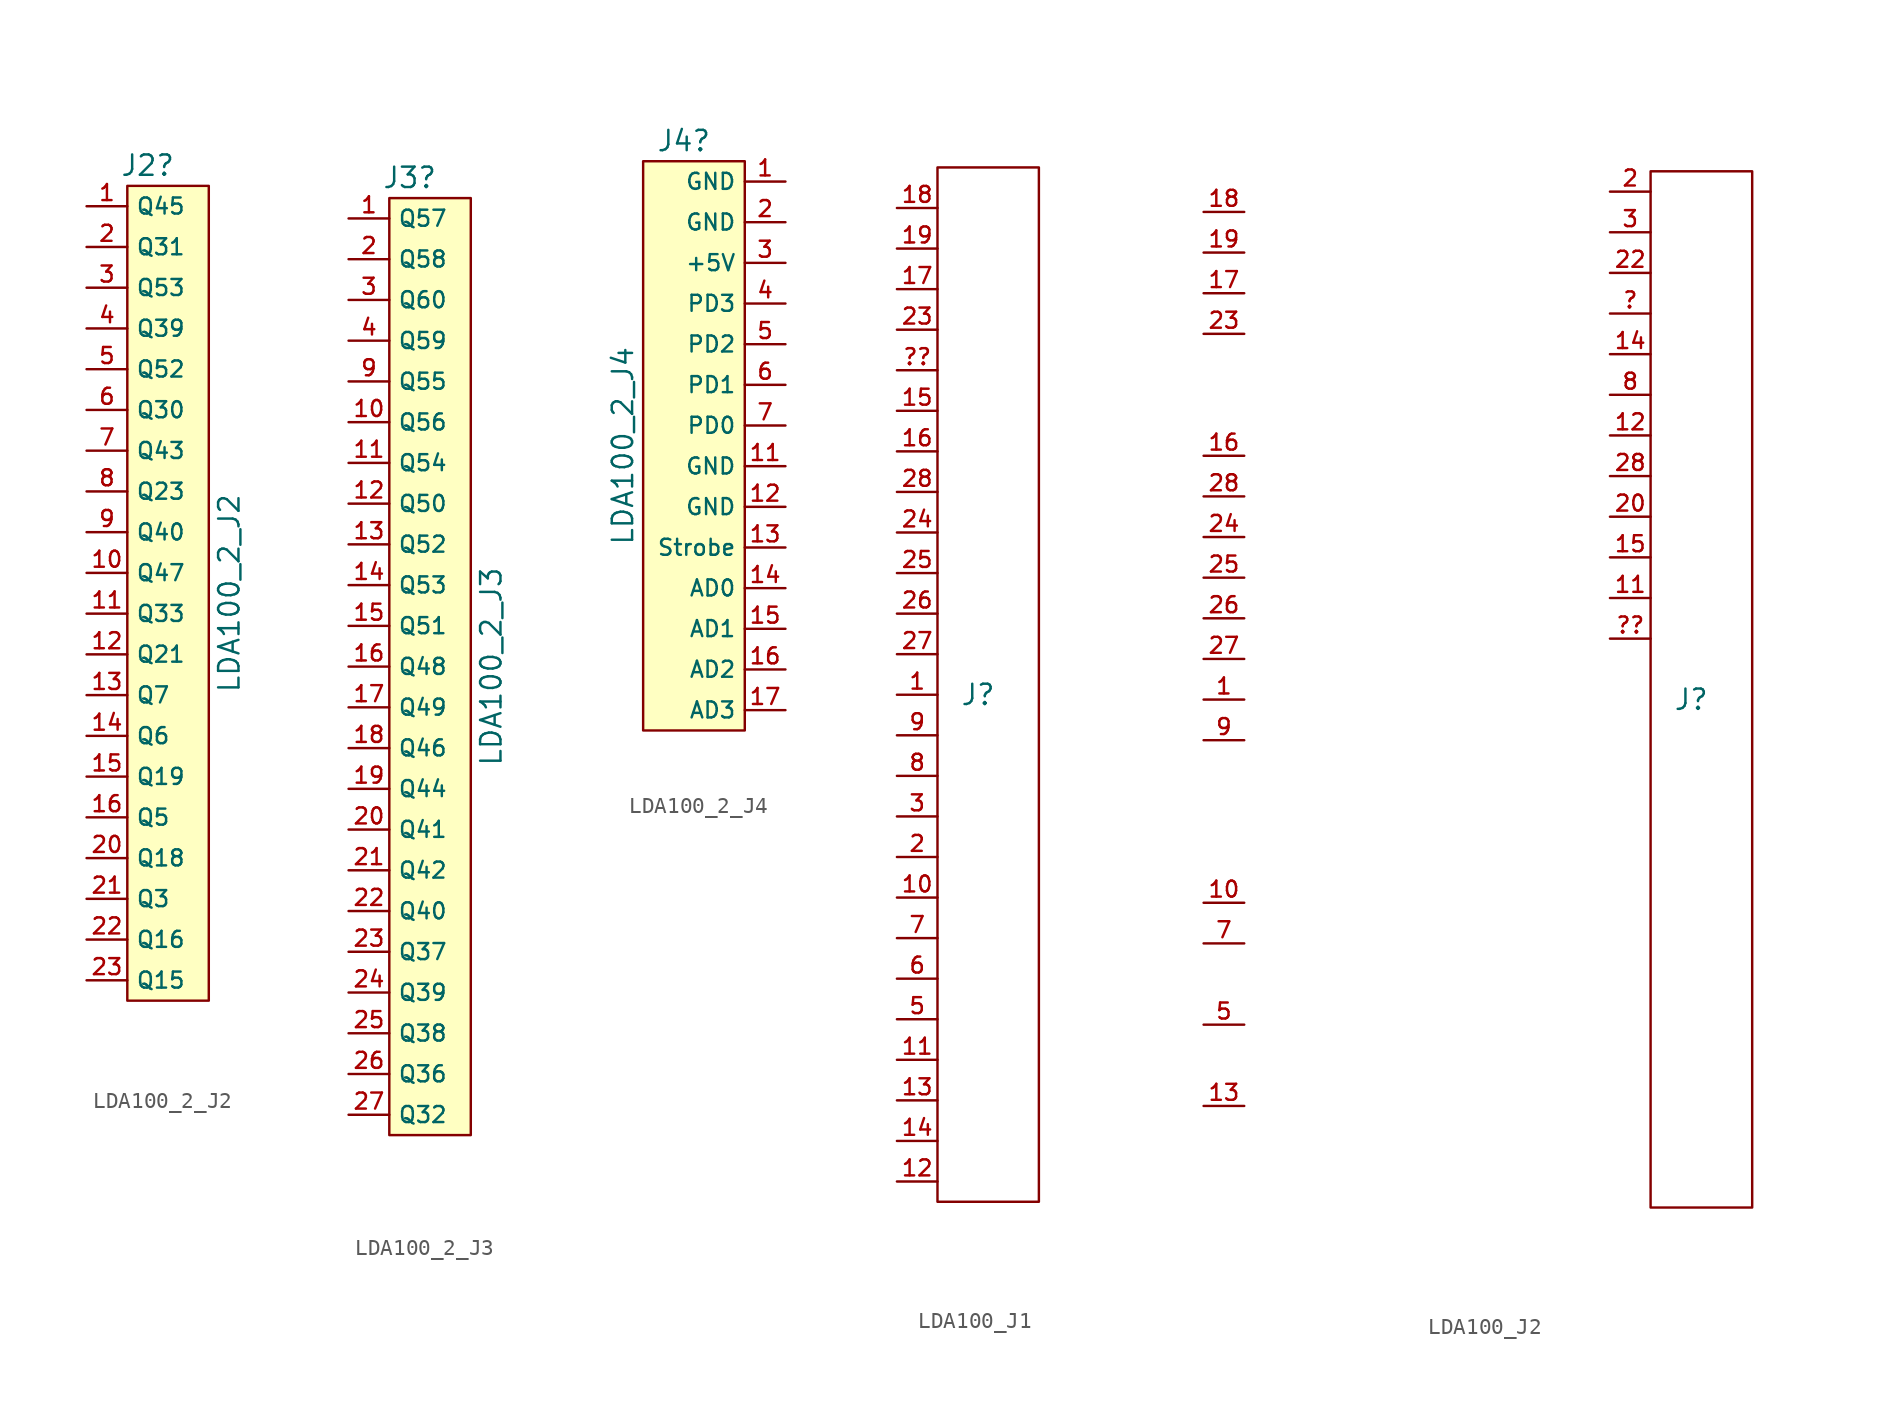
<source format=kicad_sym>
(kicad_symbol_lib
  (version 20241209)
  (generator "kicad_symbol_editor")
  (generator_version "9.0")
  (symbol "LDA100_2_J2"
    (property "Reference" "J2"
      (at -2.54 25.4 0)
      (effects (font (size 1.27 1.27))))
    (property "Value" "LDA100_2_J2"
      (at 2.54 -1.27 90)
      (effects (font (size 1.27 1.27))))
    (symbol "LDA100_2_J2_1_1"
      (rectangle (start -3.81 24.13) (end 1.27 -26.67) (stroke (width 0) (type default)) (fill (type background)))
      (pin bidirectional line (at -6.35 22.86 0) (length 2.54) (name "Q45" (effects (font (size 1 1)))) (number "1" (effects (font (size 1 1)))))
      (pin bidirectional line (at -6.35 20.32 0) (length 2.54) (name "Q31" (effects (font (size 1 1)))) (number "2" (effects (font (size 1 1)))))
      (pin bidirectional line (at -6.35 17.78 0) (length 2.54) (name "Q53" (effects (font (size 1 1)))) (number "3" (effects (font (size 1 1)))))
      (pin bidirectional line (at -6.35 15.24 0) (length 2.54) (name "Q39" (effects (font (size 1 1)))) (number "4" (effects (font (size 1 1)))))
      (pin bidirectional line (at -6.35 12.7 0) (length 2.54) (name "Q52" (effects (font (size 1 1)))) (number "5" (effects (font (size 1 1)))))
      (pin bidirectional line (at -6.35 10.16 0) (length 2.54) (name "Q30" (effects (font (size 1 1)))) (number "6" (effects (font (size 1 1)))))
      (pin bidirectional line (at -6.35 7.62 0) (length 2.54) (name "Q43" (effects (font (size 1 1)))) (number "7" (effects (font (size 1 1)))))
      (pin bidirectional line (at -6.35 5.08 0) (length 2.54) (name "Q23" (effects (font (size 1 1)))) (number "8" (effects (font (size 1 1)))))
      (pin bidirectional line (at -6.35 2.54 0) (length 2.54) (name "Q40" (effects (font (size 1 1)))) (number "9" (effects (font (size 1 1)))))
      (pin bidirectional line (at -6.35 0 0) (length 2.54) (name "Q47" (effects (font (size 1 1)))) (number "10" (effects (font (size 1 1)))))
      (pin bidirectional line (at -6.35 -2.54 0) (length 2.54) (name "Q33" (effects (font (size 1 1)))) (number "11" (effects (font (size 1 1)))))
      (pin bidirectional line (at -6.35 -5.08 0) (length 2.54) (name "Q21" (effects (font (size 1 1)))) (number "12" (effects (font (size 1 1)))))
      (pin bidirectional line (at -6.35 -7.62 0) (length 2.54) (name "Q7" (effects (font (size 1 1)))) (number "13" (effects (font (size 1 1)))))
      (pin bidirectional line (at -6.35 -10.16 0) (length 2.54) (name "Q6" (effects (font (size 1 1)))) (number "14" (effects (font (size 1 1)))))
      (pin bidirectional line (at -6.35 -12.7 0) (length 2.54) (name "Q19" (effects (font (size 1 1)))) (number "15" (effects (font (size 1 1)))))
      (pin bidirectional line (at -6.35 -15.24 0) (length 2.54) (name "Q5" (effects (font (size 1 1)))) (number "16" (effects (font (size 1 1)))))
      (pin bidirectional line (at -6.35 -17.78 0) (length 2.54) (name "Q18" (effects (font (size 1 1)))) (number "20" (effects (font (size 1 1)))))
      (pin bidirectional line (at -6.35 -20.32 0) (length 2.54) (name "Q3" (effects (font (size 1 1)))) (number "21" (effects (font (size 1 1)))))
      (pin bidirectional line (at -6.35 -22.86 0) (length 2.54) (name "Q16" (effects (font (size 1 1)))) (number "22" (effects (font (size 1 1)))))
      (pin bidirectional line (at -6.35 -25.4 0) (length 2.54) (name "Q15" (effects (font (size 1 1)))) (number "23" (effects (font (size 1 1)))))))
  (symbol "LDA100_2_J3"
    (property "Reference" "J3"
      (at -2.54 20.32 0)
      (effects (font (size 1.27 1.27))))
    (property "Value" "LDA100_2_J3"
      (at 2.54 -10.16 90)
      (effects (font (size 1.27 1.27))))
    (symbol "LDA100_2_J3_1_1"
      (rectangle (start -3.81 19.05) (end 1.27 -39.37) (stroke (width 0) (type default)) (fill (type background)))
      (pin bidirectional line (at -6.35 17.78 0) (length 2.54) (name "Q57" (effects (font (size 1 1)))) (number "1" (effects (font (size 1 1)))))
      (pin bidirectional line (at -6.35 15.24 0) (length 2.54) (name "Q58" (effects (font (size 1 1)))) (number "2" (effects (font (size 1 1)))))
      (pin bidirectional line (at -6.35 12.7 0) (length 2.54) (name "Q60" (effects (font (size 1 1)))) (number "3" (effects (font (size 1 1)))))
      (pin bidirectional line (at -6.35 10.16 0) (length 2.54) (name "Q59" (effects (font (size 1 1)))) (number "4" (effects (font (size 1 1)))))
      (pin bidirectional line (at -6.35 7.62 0) (length 2.54) (name "Q55" (effects (font (size 1 1)))) (number "9" (effects (font (size 1 1)))))
      (pin bidirectional line (at -6.35 5.08 0) (length 2.54) (name "Q56" (effects (font (size 1 1)))) (number "10" (effects (font (size 1 1)))))
      (pin bidirectional line (at -6.35 2.54 0) (length 2.54) (name "Q54" (effects (font (size 1 1)))) (number "11" (effects (font (size 1 1)))))
      (pin bidirectional line (at -6.35 0 0) (length 2.54) (name "Q50" (effects (font (size 1 1)))) (number "12" (effects (font (size 1 1)))))
      (pin bidirectional line (at -6.35 -2.54 0) (length 2.54) (name "Q52" (effects (font (size 1 1)))) (number "13" (effects (font (size 1 1)))))
      (pin bidirectional line (at -6.35 -5.08 0) (length 2.54) (name "Q53" (effects (font (size 1 1)))) (number "14" (effects (font (size 1 1)))))
      (pin bidirectional line (at -6.35 -7.62 0) (length 2.54) (name "Q51" (effects (font (size 1 1)))) (number "15" (effects (font (size 1 1)))))
      (pin bidirectional line (at -6.35 -10.16 0) (length 2.54) (name "Q48" (effects (font (size 1 1)))) (number "16" (effects (font (size 1 1)))))
      (pin bidirectional line (at -6.35 -12.7 0) (length 2.54) (name "Q49" (effects (font (size 1 1)))) (number "17" (effects (font (size 1 1)))))
      (pin bidirectional line (at -6.35 -15.24 0) (length 2.54) (name "Q46" (effects (font (size 1 1)))) (number "18" (effects (font (size 1 1)))))
      (pin bidirectional line (at -6.35 -17.78 0) (length 2.54) (name "Q44" (effects (font (size 1 1)))) (number "19" (effects (font (size 1 1)))))
      (pin bidirectional line (at -6.35 -20.32 0) (length 2.54) (name "Q41" (effects (font (size 1 1)))) (number "20" (effects (font (size 1 1)))))
      (pin bidirectional line (at -6.35 -22.86 0) (length 2.54) (name "Q42" (effects (font (size 1 1)))) (number "21" (effects (font (size 1 1)))))
      (pin bidirectional line (at -6.35 -25.4 0) (length 2.54) (name "Q40" (effects (font (size 1 1)))) (number "22" (effects (font (size 1 1)))))
      (pin bidirectional line (at -6.35 -27.94 0) (length 2.54) (name "Q37" (effects (font (size 1 1)))) (number "23" (effects (font (size 1 1)))))
      (pin bidirectional line (at -6.35 -30.48 0) (length 2.54) (name "Q39" (effects (font (size 1 1)))) (number "24" (effects (font (size 1 1)))))
      (pin bidirectional line (at -6.35 -33.02 0) (length 2.54) (name "Q38" (effects (font (size 1 1)))) (number "25" (effects (font (size 1 1)))))
      (pin bidirectional line (at -6.35 -35.56 0) (length 2.54) (name "Q36" (effects (font (size 1 1)))) (number "26" (effects (font (size 1 1)))))
      (pin bidirectional line (at -6.35 -38.1 0) (length 2.54) (name "Q32" (effects (font (size 1 1)))) (number "27" (effects (font (size 1 1)))))))
  (symbol "LDA100_2_J4"
    (property "Reference" "J4"
      (at -2.54 19.05 0)
      (effects (font (size 1.27 1.27))))
    (property "Value" "LDA100_2_J4"
      (at -6.35 0 90)
      (effects (font (size 1.27 1.27))))
    (symbol "LDA100_2_J4_1_1"
      (rectangle (start -5.08 17.78) (end 1.27 -17.78) (stroke (width 0) (type default)) (fill (type background)))
      (pin bidirectional line (at 3.81 16.51 180) (length 2.54) (name "GND" (effects (font (size 1 1)))) (number "1" (effects (font (size 1 1)))))
      (pin bidirectional line (at 3.81 13.97 180) (length 2.54) (name "GND" (effects (font (size 1 1)))) (number "2" (effects (font (size 1 1)))))
      (pin bidirectional line (at 3.81 11.43 180) (length 2.54) (name "+5V" (effects (font (size 1 1)))) (number "3" (effects (font (size 1 1)))))
      (pin bidirectional line (at 3.81 8.89 180) (length 2.54) (name "PD3" (effects (font (size 1 1)))) (number "4" (effects (font (size 1 1)))))
      (pin bidirectional line (at 3.81 6.35 180) (length 2.54) (name "PD2" (effects (font (size 1 1)))) (number "5" (effects (font (size 1 1)))))
      (pin bidirectional line (at 3.81 3.81 180) (length 2.54) (name "PD1" (effects (font (size 1 1)))) (number "6" (effects (font (size 1 1)))))
      (pin bidirectional line (at 3.81 1.27 180) (length 2.54) (name "PD0" (effects (font (size 1 1)))) (number "7" (effects (font (size 1 1)))))
      (pin bidirectional line (at 3.81 -1.27 180) (length 2.54) (name "GND" (effects (font (size 1 1)))) (number "11" (effects (font (size 1 1)))))
      (pin bidirectional line (at 3.81 -3.81 180) (length 2.54) (name "GND" (effects (font (size 1 1)))) (number "12" (effects (font (size 1 1)))))
      (pin bidirectional line (at 3.81 -6.35 180) (length 2.54) (name "Strobe" (effects (font (size 1 1)))) (number "13" (effects (font (size 1 1)))))
      (pin bidirectional line (at 3.81 -8.89 180) (length 2.54) (name "AD0" (effects (font (size 1 1)))) (number "14" (effects (font (size 1 1)))))
      (pin bidirectional line (at 3.81 -11.43 180) (length 2.54) (name "AD1" (effects (font (size 1 1)))) (number "15" (effects (font (size 1 1)))))
      (pin bidirectional line (at 3.81 -13.97 180) (length 2.54) (name "AD2" (effects (font (size 1 1)))) (number "16" (effects (font (size 1 1)))))
      (pin bidirectional line (at 3.81 -16.51 180) (length 2.54) (name "AD3" (effects (font (size 1 1)))) (number "17" (effects (font (size 1 1)))))))
  (symbol "LDA100_J1"
    (property "Reference" "J"
      (at 0 0 0)
      (effects (font (size 1.27 1.27))))
    (property "Value" ""
      (at 0 0 0)
      (effects (font (size 1.27 1.27))))
    (symbol "LDA100_J1_0_1"
      (rectangle (start -2.54 33.02) (end 3.81 -31.75) (stroke (width 0) (type default)) (fill (type none))))
    (symbol "LDA100_J1_1_1"
      (pin output line (at -5.08 30.48 0) (length 2.54) (name "" (effects (font (size 1 1)))) (number "18" (effects (font (size 1 1)))))
      (pin output line (at -5.08 27.94 0) (length 2.54) (name "" (effects (font (size 1 1)))) (number "19" (effects (font (size 1 1)))))
      (pin output line (at -5.08 25.4 0) (length 2.54) (name "" (effects (font (size 1 1)))) (number "17" (effects (font (size 1 1)))))
      (pin output line (at -5.08 22.86 0) (length 2.54) (name "" (effects (font (size 1 1)))) (number "23" (effects (font (size 1 1)))))
      (pin output line (at -5.08 20.32 0) (length 2.54) (name "" (effects (font (size 1 1)))) (number "??" (effects (font (size 1 1)))))
      (pin output line (at -5.08 17.78 0) (length 2.54) (name "" (effects (font (size 1 1)))) (number "15" (effects (font (size 1 1)))))
      (pin output line (at -5.08 15.24 0) (length 2.54) (name "" (effects (font (size 1 1)))) (number "16" (effects (font (size 1 1)))))
      (pin output line (at -5.08 12.7 0) (length 2.54) (name "" (effects (font (size 1 1)))) (number "28" (effects (font (size 1 1)))))
      (pin output line (at -5.08 10.16 0) (length 2.54) (name "" (effects (font (size 1 1)))) (number "24" (effects (font (size 1 1)))))
      (pin output line (at -5.08 7.62 0) (length 2.54) (name "" (effects (font (size 1 1)))) (number "25" (effects (font (size 1 1)))))
      (pin output line (at -5.08 5.08 0) (length 2.54) (name "" (effects (font (size 1 1)))) (number "26" (effects (font (size 1 1)))))
      (pin output line (at -5.08 2.54 0) (length 2.54) (name "" (effects (font (size 1 1)))) (number "27" (effects (font (size 1 1)))))
      (pin output line (at -5.08 0 0) (length 2.54) (name "" (effects (font (size 1 1)))) (number "1" (effects (font (size 1 1)))))
      (pin output line (at -5.08 -2.54 0) (length 2.54) (name "" (effects (font (size 1 1)))) (number "9" (effects (font (size 1 1)))))
      (pin output line (at -5.08 -5.08 0) (length 2.54) (name "" (effects (font (size 1 1)))) (number "8" (effects (font (size 1 1)))))
      (pin output line (at -5.08 -7.62 0) (length 2.54) (name "" (effects (font (size 1 1)))) (number "3" (effects (font (size 1 1)))))
      (pin output line (at -5.08 -10.16 0) (length 2.54) (name "" (effects (font (size 1 1)))) (number "2" (effects (font (size 1 1)))))
      (pin output line (at -5.08 -12.7 0) (length 2.54) (name "" (effects (font (size 1 1)))) (number "10" (effects (font (size 1 1)))))
      (pin output line (at -5.08 -15.24 0) (length 2.54) (name "" (effects (font (size 1 1)))) (number "7" (effects (font (size 1 1)))))
      (pin output line (at -5.08 -17.78 0) (length 2.54) (name "" (effects (font (size 1 1)))) (number "6" (effects (font (size 1 1)))))
      (pin output line (at -5.08 -20.32 0) (length 2.54) (name "" (effects (font (size 1 1)))) (number "5" (effects (font (size 1 1)))))
      (pin output line (at -5.08 -22.86 0) (length 2.54) (name "" (effects (font (size 1 1)))) (number "11" (effects (font (size 1 1)))))
      (pin output line (at -5.08 -25.4 0) (length 2.54) (name "" (effects (font (size 1 1)))) (number "13" (effects (font (size 1 1)))))
      (pin output line (at -5.08 -27.94 0) (length 2.54) (name "" (effects (font (size 1 1)))) (number "14" (effects (font (size 1 1)))))
      (pin output line (at -5.08 -30.48 0) (length 2.54) (name "" (effects (font (size 1 1)))) (number "12" (effects (font (size 1 1)))))
      (pin output line (at 2.54 -19.05 0) (length 2.54) (hide yes) (name "" (effects (font (size 1 1)))) (number "4" (effects (font (size 1 1)))))
      (pin output line (at 2.54 -21.59 0) (length 2.54) (hide yes) (name "" (effects (font (size 1 1)))) (number "20" (effects (font (size 1 1)))))
      (pin output line (at 2.54 -24.13 0) (length 2.54) (hide yes) (name "" (effects (font (size 1 1)))) (number "21" (effects (font (size 1 1)))))
      (pin output line (at 2.54 -26.67 0) (length 2.54) (hide yes) (name "" (effects (font (size 1 1)))) (number "22" (effects (font (size 1 1)))))))
  (symbol "LDA100_J2"
    (property "Reference" "J"
      (at 0 0 0)
      (effects (font (size 1.27 1.27))))
    (symbol "LDA100_J2_0_1"
      (rectangle (start -2.54 33.02) (end 3.81 -31.75) (stroke (width 0) (type default)) (fill (type none))))
    (symbol "LDA100_J2_1_1"
      (pin output line (at -30.48 30.48 0) (length 2.54) (name "" (effects (font (size 1 1)))) (number "18" (effects (font (size 1 1)))))
      (pin output line (at -30.48 27.94 0) (length 2.54) (name "" (effects (font (size 1 1)))) (number "19" (effects (font (size 1 1)))))
      (pin output line (at -30.48 25.4 0) (length 2.54) (name "" (effects (font (size 1 1)))) (number "17" (effects (font (size 1 1)))))
      (pin output line (at -30.48 22.86 0) (length 2.54) (name "" (effects (font (size 1 1)))) (number "23" (effects (font (size 1 1)))))
      (pin output line (at -30.48 15.24 0) (length 2.54) (name "" (effects (font (size 1 1)))) (number "16" (effects (font (size 1 1)))))
      (pin output line (at -30.48 12.7 0) (length 2.54) (name "" (effects (font (size 1 1)))) (number "28" (effects (font (size 1 1)))))
      (pin output line (at -30.48 10.16 0) (length 2.54) (name "" (effects (font (size 1 1)))) (number "24" (effects (font (size 1 1)))))
      (pin output line (at -30.48 7.62 0) (length 2.54) (name "" (effects (font (size 1 1)))) (number "25" (effects (font (size 1 1)))))
      (pin output line (at -30.48 5.08 0) (length 2.54) (name "" (effects (font (size 1 1)))) (number "26" (effects (font (size 1 1)))))
      (pin output line (at -30.48 2.54 0) (length 2.54) (name "" (effects (font (size 1 1)))) (number "27" (effects (font (size 1 1)))))
      (pin output line (at -30.48 0 0) (length 2.54) (name "" (effects (font (size 1 1)))) (number "1" (effects (font (size 1 1)))))
      (pin output line (at -30.48 -2.54 0) (length 2.54) (name "" (effects (font (size 1 1)))) (number "9" (effects (font (size 1 1)))))
      (pin output line (at -30.48 -12.7 0) (length 2.54) (name "" (effects (font (size 1 1)))) (number "10" (effects (font (size 1 1)))))
      (pin output line (at -30.48 -15.24 0) (length 2.54) (name "" (effects (font (size 1 1)))) (number "7" (effects (font (size 1 1)))))
      (pin output line (at -30.48 -20.32 0) (length 2.54) (name "" (effects (font (size 1 1)))) (number "5" (effects (font (size 1 1)))))
      (pin output line (at -30.48 -25.4 0) (length 2.54) (name "" (effects (font (size 1 1)))) (number "13" (effects (font (size 1 1)))))
      (pin output line (at -5.08 31.75 0) (length 2.54) (name "" (effects (font (size 1 1)))) (number "2" (effects (font (size 1 1)))))
      (pin output line (at -5.08 29.21 0) (length 2.54) (name "" (effects (font (size 1 1)))) (number "3" (effects (font (size 1 1)))))
      (pin output line (at -5.08 26.67 0) (length 2.54) (name "" (effects (font (size 1 1)))) (number "22" (effects (font (size 1 1)))))
      (pin output line (at -5.08 24.13 0) (length 2.54) (name "" (effects (font (size 1 1)))) (number "?" (effects (font (size 1 1)))))
      (pin output line (at -5.08 21.59 0) (length 2.54) (name "" (effects (font (size 1 1)))) (number "14" (effects (font (size 1 1)))))
      (pin output line (at -5.08 19.05 0) (length 2.54) (name "" (effects (font (size 1 1)))) (number "8" (effects (font (size 1 1)))))
      (pin output line (at -5.08 16.51 0) (length 2.54) (name "" (effects (font (size 1 1)))) (number "12" (effects (font (size 1 1)))))
      (pin output line (at -5.08 13.97 0) (length 2.54) (name "" (effects (font (size 1 1)))) (number "28" (effects (font (size 1 1)))))
      (pin output line (at -5.08 11.43 0) (length 2.54) (name "" (effects (font (size 1 1)))) (number "20" (effects (font (size 1 1)))))
      (pin output line (at -5.08 8.89 0) (length 2.54) (name "" (effects (font (size 1 1)))) (number "15" (effects (font (size 1 1)))))
      (pin output line (at -5.08 6.35 0) (length 2.54) (name "" (effects (font (size 1 1)))) (number "11" (effects (font (size 1 1)))))
      (pin output line (at -5.08 3.81 0) (length 2.54) (name "" (effects (font (size 1 1)))) (number "??" (effects (font (size 1 1)))))
      (pin output line (at 2.54 -19.05 0) (length 2.54) (hide yes) (name "" (effects (font (size 1 1)))) (number "4" (effects (font (size 1 1)))))
      (pin output line (at 2.54 -24.13 0) (length 2.54) (hide yes) (name "" (effects (font (size 1 1)))) (number "21" (effects (font (size 1 1))))))))
</source>
